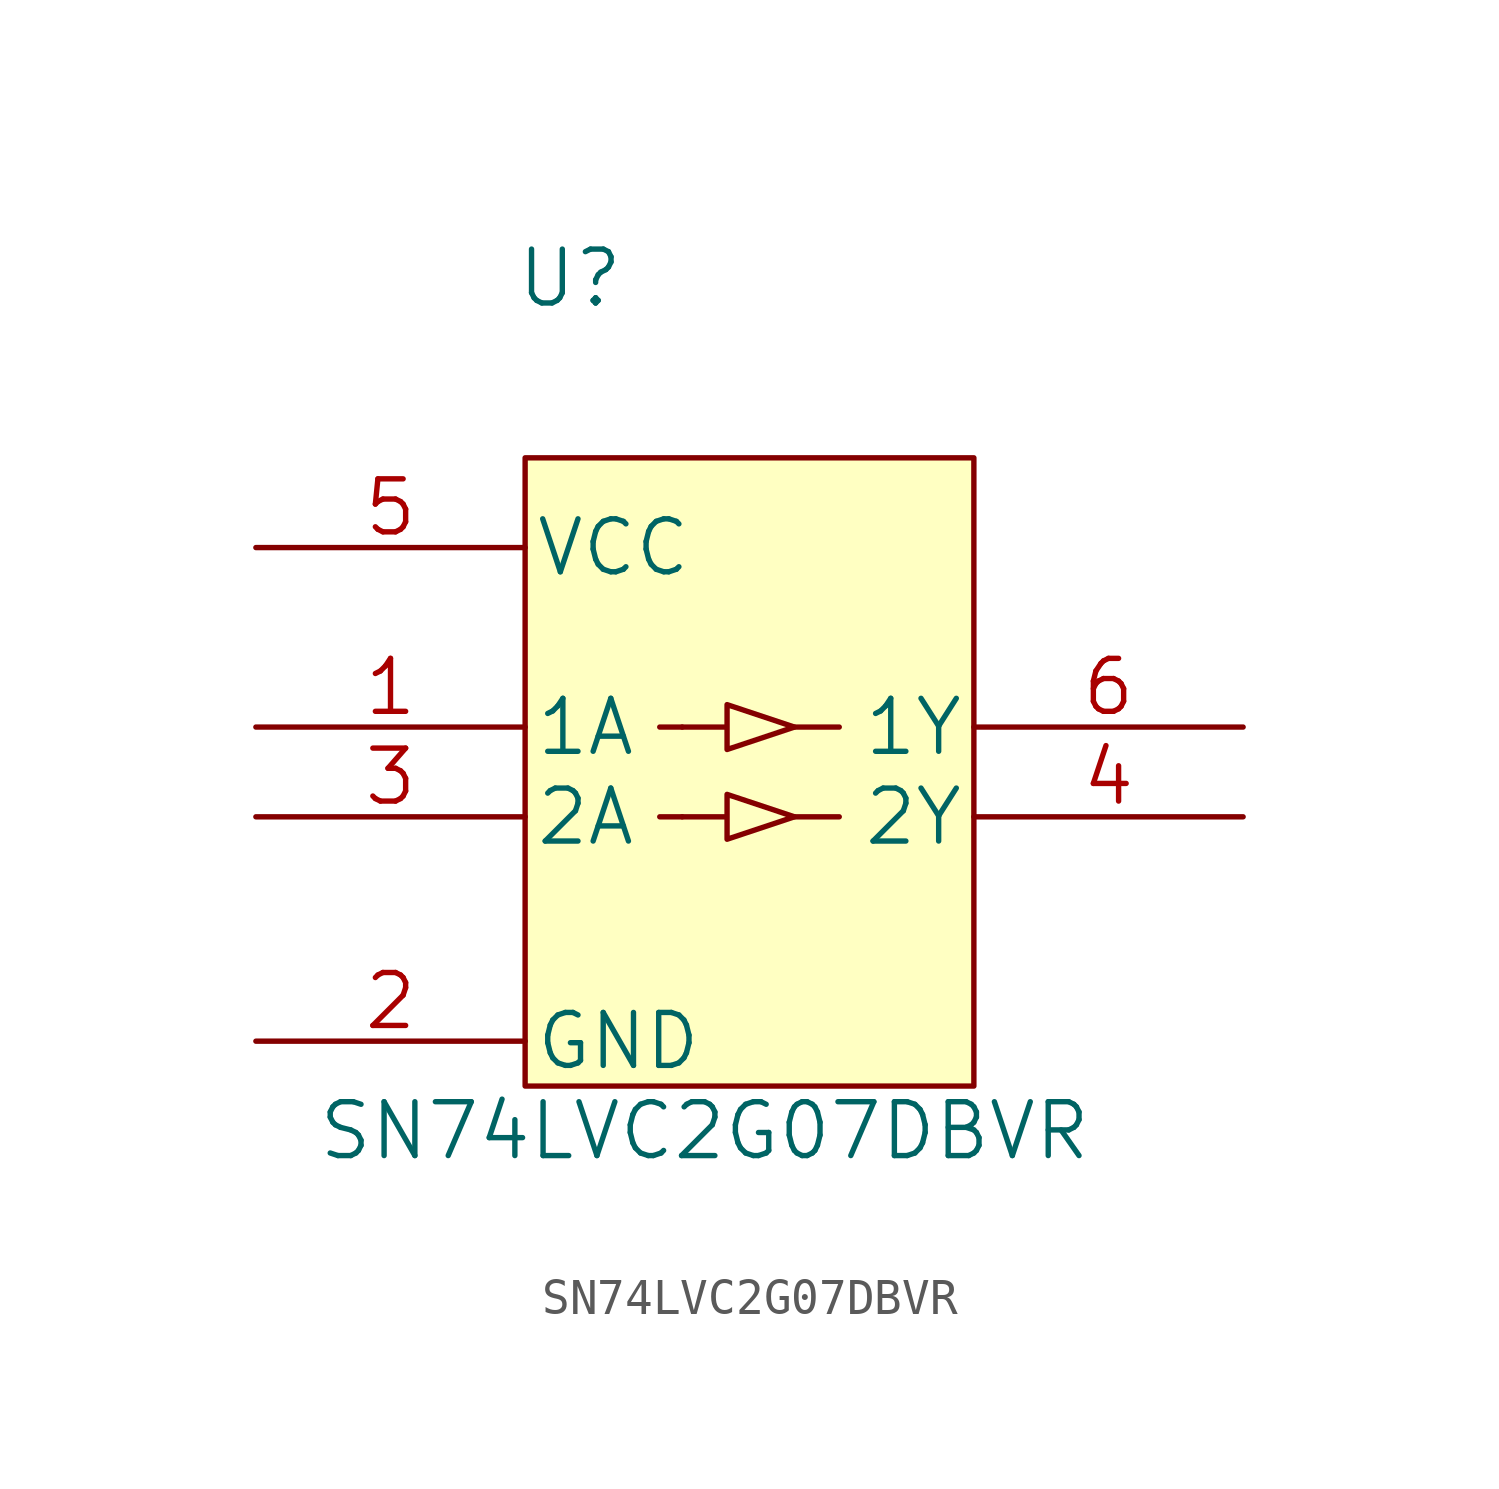
<source format=kicad_sym>
(kicad_symbol_lib
  (version 20220914)
  (generator kicad_symbol_editor)
  (symbol "SN74LVC2G07DBVR"
    (pin_names
      (offset 0.254))
    (property "Reference" "U"
      (at 8.89 12.7 0)
      (effects (font (size 1.524 1.524))))
    (property "Value" "SN74LVC2G07DBVR"
      (at 12.7 -11.43 0)
      (effects (font (size 1.524 1.524))))
    (property "Datasheet" ""
      (at 0 0 0)
      (effects (font (size 1.524 1.524))))
    (symbol "SN74LVC2G07DBVR_1_1"
      (polyline (pts (xy 12.065 -2.54) (xy 11.43 -2.54)) (stroke (width 0) (type solid)) (fill (type none)))
      (polyline (pts (xy 12.065 0) (xy 11.43 0)) (stroke (width 0) (type solid)) (fill (type none)))
      (polyline (pts (xy 15.24 -2.54) (xy 16.51 -2.54)) (stroke (width 0) (type solid)) (fill (type none)))
      (polyline (pts (xy 15.24 0) (xy 16.51 0)) (stroke (width 0) (type solid)) (fill (type none)))
      (polyline (pts (xy 12.065 -2.54) (xy 13.335 -2.54) (xy 13.335 -1.905) (xy 15.24 -2.54) (xy 13.335 -3.175) (xy 13.335 -2.54)) (stroke (width 0) (type solid)) (fill (type none)))
      (polyline (pts (xy 12.065 0) (xy 13.335 0) (xy 13.335 0.635) (xy 15.24 0) (xy 13.335 -0.635) (xy 13.335 0)) (stroke (width 0) (type solid)) (fill (type none)))
      (rectangle (start 7.62 7.62) (end 20.32 -10.16) (stroke (width 0) (type solid)) (fill (type background)))
      (pin input line (at 0 0 0) (length 7.62) (name "1A" (effects (font (size 1.499 1.499)))) (number "1" (effects (font (size 1.499 1.499)))))
      (pin power_in line (at 0 -8.89 0) (length 7.62) (name "GND" (effects (font (size 1.499 1.499)))) (number "2" (effects (font (size 1.499 1.499)))))
      (pin input line (at 0 -2.54 0) (length 7.62) (name "2A" (effects (font (size 1.499 1.499)))) (number "3" (effects (font (size 1.499 1.499)))))
      (pin output line (at 27.94 -2.54 180) (length 7.62) (name "2Y" (effects (font (size 1.499 1.499)))) (number "4" (effects (font (size 1.499 1.499)))))
      (pin power_in line (at 0 5.08 0) (length 7.62) (name "VCC" (effects (font (size 1.499 1.499)))) (number "5" (effects (font (size 1.499 1.499)))))
      (pin output line (at 27.94 0 180) (length 7.62) (name "1Y" (effects (font (size 1.499 1.499)))) (number "6" (effects (font (size 1.499 1.499))))))))
</source>
